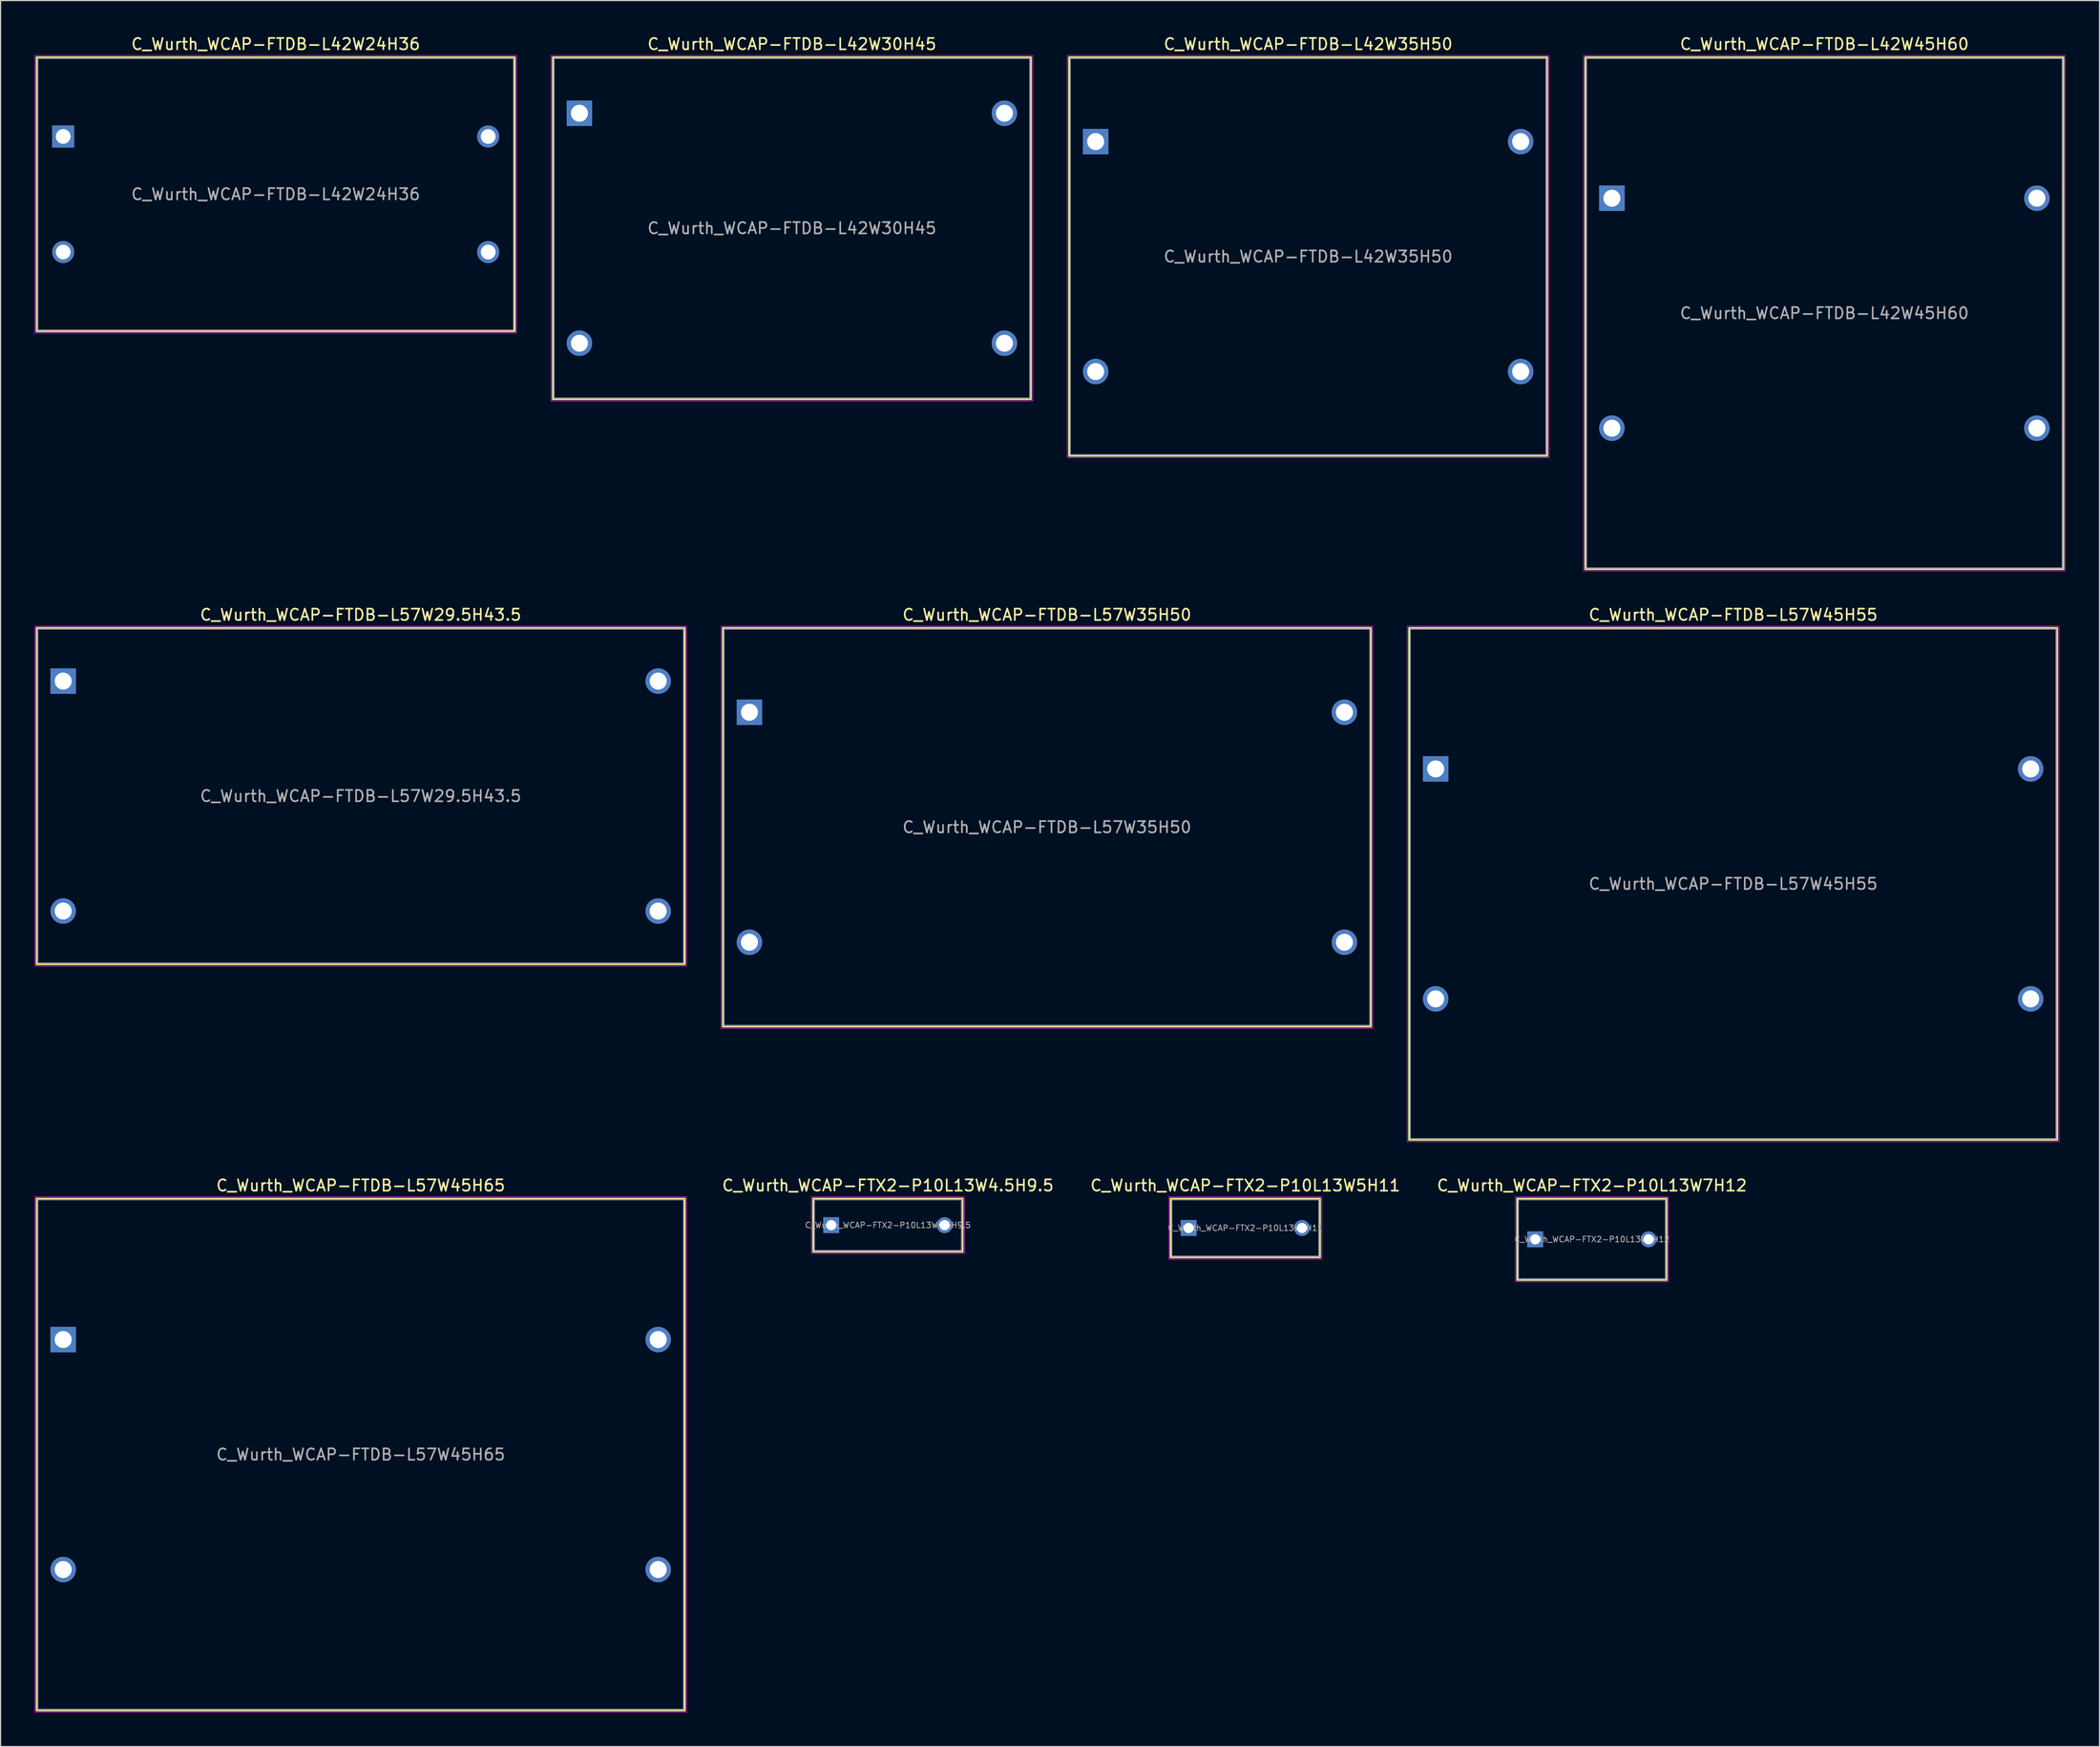
<source format=kicad_pcb>
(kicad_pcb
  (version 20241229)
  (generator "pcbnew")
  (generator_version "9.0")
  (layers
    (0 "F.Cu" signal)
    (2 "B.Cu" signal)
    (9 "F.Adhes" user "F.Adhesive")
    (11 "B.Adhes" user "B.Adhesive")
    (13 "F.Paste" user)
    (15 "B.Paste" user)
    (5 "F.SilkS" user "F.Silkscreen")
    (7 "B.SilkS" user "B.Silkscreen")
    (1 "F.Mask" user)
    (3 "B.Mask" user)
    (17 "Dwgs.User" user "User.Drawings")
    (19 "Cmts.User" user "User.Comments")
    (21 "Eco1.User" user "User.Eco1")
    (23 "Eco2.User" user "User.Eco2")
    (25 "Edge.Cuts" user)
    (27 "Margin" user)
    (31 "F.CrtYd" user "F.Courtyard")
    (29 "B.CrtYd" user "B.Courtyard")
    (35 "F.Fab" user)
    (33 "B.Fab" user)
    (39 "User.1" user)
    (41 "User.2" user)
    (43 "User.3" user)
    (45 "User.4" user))
  (footprint "C_Wurth_WCAP-FTDB-L42W24H36"
    (layer "F.Cu")
    (at 2.525 8.998)
    (property "Reference" "C_Wurth_WCAP-FTDB-L42W24H36" (at 18.75 -8.15 0) (unlocked yes) (layer "F.SilkS") (effects (font (size 1 1) (thickness 0.15))))
    (attr through_hole)
    (fp_rect (start -2.36 -7.01) (end 39.86 17.21) (stroke (width 0.12) (type solid)) (fill no) (layer "F.SilkS"))
    (fp_rect (start -2.5 -7.15) (end 40 17.35) (stroke (width 0.05) (type solid)) (fill no) (layer "F.CrtYd"))
    (fp_rect (start -2.25 -6.9) (end 39.75 17.1) (stroke (width 0.1) (type solid)) (fill no) (layer "F.Fab"))
    (fp_text user "${REFERENCE}" (at 18.75 5.1 0) (unlocked yes) (layer "F.Fab") (effects (font (size 1 1) (thickness 0.15))))
    (pad "1" thru_hole rect (at 0 0) (size 1.95 1.95) (drill 1.3) (layers "*.Cu" "*.Mask"))
    (pad "1" thru_hole circle (at 0 10.2) (size 1.95 1.95) (drill 1.3) (layers "*.Cu" "*.Mask"))
    (pad "2" thru_hole circle (at 37.5 0) (size 1.95 1.95) (drill 1.3) (layers "*.Cu" "*.Mask"))
    (pad "2" thru_hole circle (at 37.5 10.2) (size 1.95 1.95) (drill 1.3) (layers "*.Cu" "*.Mask")))
  (footprint "C_Wurth_WCAP-FTDB-L42W35H50"
    (layer "F.Cu")
    (at 93.625 9.448)
    (property "Reference" "C_Wurth_WCAP-FTDB-L42W35H50" (at 18.75 -8.6 0) (unlocked yes) (layer "F.SilkS") (effects (font (size 1 1) (thickness 0.15))))
    (attr through_hole)
    (fp_rect (start -2.36 -7.46) (end 39.86 27.76) (stroke (width 0.12) (type solid)) (fill no) (layer "F.SilkS"))
    (fp_rect (start -2.5 -7.6) (end 40 27.9) (stroke (width 0.05) (type solid)) (fill no) (layer "F.CrtYd"))
    (fp_rect (start -2.25 -7.35) (end 39.75 27.65) (stroke (width 0.1) (type solid)) (fill no) (layer "F.Fab"))
    (fp_text user "${REFERENCE}" (at 18.75 10.15 0) (unlocked yes) (layer "F.Fab") (effects (font (size 1 1) (thickness 0.15))))
    (pad "1" thru_hole rect (at 0 0) (size 2.25 2.25) (drill 1.5) (layers "*.Cu" "*.Mask"))
    (pad "2" thru_hole circle (at 37.5 0) (size 2.25 2.25) (drill 1.5) (layers "*.Cu" "*.Mask"))
    (pad "3" thru_hole circle (at 0 20.3) (size 2.25 2.25) (drill 1.5) (layers "*.Cu" "*.Mask"))
    (pad "4" thru_hole circle (at 37.5 20.3) (size 2.25 2.25) (drill 1.5) (layers "*.Cu" "*.Mask")))
  (footprint "C_Wurth_WCAP-FTDB-L57W29.5H43.5"
    (layer "F.Cu")
    (at 2.525 57.072)
    (property "Reference" "C_Wurth_WCAP-FTDB-L57W29.5H43.5" (at 26.25 -5.85 0) (unlocked yes) (layer "F.SilkS") (effects (font (size 1 1) (thickness 0.15))))
    (attr through_hole)
    (fp_rect (start -2.36 -4.71) (end 54.86 25.01) (stroke (width 0.12) (type solid)) (fill no) (layer "F.SilkS"))
    (fp_rect (start -2.5 -4.85) (end 55 25.15) (stroke (width 0.05) (type solid)) (fill no) (layer "F.CrtYd"))
    (fp_rect (start -2.25 -4.6) (end 54.75 24.9) (stroke (width 0.1) (type solid)) (fill no) (layer "F.Fab"))
    (fp_text user "${REFERENCE}" (at 26.25 10.15 0) (unlocked yes) (layer "F.Fab") (effects (font (size 1 1) (thickness 0.15))))
    (pad "1" thru_hole rect (at 0 0) (size 2.25 2.25) (drill 1.5) (layers "*.Cu" "*.Mask"))
    (pad "1" thru_hole circle (at 0 20.3) (size 2.25 2.25) (drill 1.5) (layers "*.Cu" "*.Mask"))
    (pad "2" thru_hole circle (at 52.5 0) (size 2.25 2.25) (drill 1.5) (layers "*.Cu" "*.Mask"))
    (pad "2" thru_hole circle (at 52.5 20.3) (size 2.25 2.25) (drill 1.5) (layers "*.Cu" "*.Mask")))
  (footprint "C_Wurth_WCAP-FTDB-L42W30H45"
    (layer "F.Cu")
    (at 48.075 6.948)
    (property "Reference" "C_Wurth_WCAP-FTDB-L42W30H45" (at 18.75 -6.1 0) (unlocked yes) (layer "F.SilkS") (effects (font (size 1 1) (thickness 0.15))))
    (attr through_hole)
    (fp_rect (start -2.36 -4.96) (end 39.86 25.26) (stroke (width 0.12) (type solid)) (fill no) (layer "F.SilkS"))
    (fp_rect (start -2.5 -5.1) (end 40 25.4) (stroke (width 0.05) (type solid)) (fill no) (layer "F.CrtYd"))
    (fp_rect (start -2.25 -4.85) (end 39.75 25.15) (stroke (width 0.1) (type solid)) (fill no) (layer "F.Fab"))
    (fp_text user "${REFERENCE}" (at 18.75 10.15 0) (unlocked yes) (layer "F.Fab") (effects (font (size 1 1) (thickness 0.15))))
    (pad "1" thru_hole rect (at 0 0) (size 2.25 2.25) (drill 1.5) (layers "*.Cu" "*.Mask"))
    (pad "1" thru_hole circle (at 0 20.3) (size 2.25 2.25) (drill 1.5) (layers "*.Cu" "*.Mask"))
    (pad "2" thru_hole circle (at 37.5 0) (size 2.25 2.25) (drill 1.5) (layers "*.Cu" "*.Mask"))
    (pad "2" thru_hole circle (at 37.5 20.3) (size 2.25 2.25) (drill 1.5) (layers "*.Cu" "*.Mask")))
  (footprint "C_Wurth_WCAP-FTX2-P10L13W7H12"
    (layer "F.Cu")
    (at 132.413 106.345)
    (property "Reference" "C_Wurth_WCAP-FTX2-P10L13W7H12" (at 5 -4.75 0) (unlocked yes) (layer "F.SilkS") (effects (font (size 1 1) (thickness 0.15))))
    (attr through_hole)
    (fp_rect (start -1.61 -3.61) (end 11.61 3.61) (stroke (width 0.12) (type solid)) (fill no) (layer "F.SilkS"))
    (fp_rect (start -1.75 -3.75) (end 11.75 3.75) (stroke (width 0.05) (type solid)) (fill no) (layer "F.CrtYd"))
    (fp_rect (start -1.5 -3.5) (end 11.5 3.5) (stroke (width 0.1) (type solid)) (fill no) (layer "F.Fab"))
    (fp_text user "${REFERENCE}" (at 5 0 0) (unlocked yes) (layer "F.Fab") (effects (font (size 0.5 0.5) (thickness 0.075))))
    (pad "1" thru_hole rect (at 0 0) (size 1.4 1.4) (drill 0.9) (layers "*.Cu" "*.Mask"))
    (pad "2" thru_hole circle (at 10 0) (size 1.4 1.4) (drill 0.9) (layers "*.Cu" "*.Mask")))
  (footprint "C_Wurth_WCAP-FTX2-P10L13W5H11"
    (layer "F.Cu")
    (at 101.83 105.345)
    (property "Reference" "C_Wurth_WCAP-FTX2-P10L13W5H11" (at 5 -3.75 0) (unlocked yes) (layer "F.SilkS") (effects (font (size 1 1) (thickness 0.15))))
    (attr through_hole)
    (fp_rect (start -1.61 -2.61) (end 11.61 2.61) (stroke (width 0.12) (type solid)) (fill no) (layer "F.SilkS"))
    (fp_rect (start -1.75 -2.75) (end 11.75 2.75) (stroke (width 0.05) (type solid)) (fill no) (layer "F.CrtYd"))
    (fp_rect (start -1.5 -2.5) (end 11.5 2.5) (stroke (width 0.1) (type solid)) (fill no) (layer "F.Fab"))
    (fp_text user "${REFERENCE}" (at 5 0 0) (unlocked yes) (layer "F.Fab") (effects (font (size 0.5 0.5) (thickness 0.075))))
    (pad "1" thru_hole rect (at 0 0) (size 1.4 1.4) (drill 0.9) (layers "*.Cu" "*.Mask"))
    (pad "2" thru_hole circle (at 10 0) (size 1.4 1.4) (drill 0.9) (layers "*.Cu" "*.Mask")))
  (footprint "C_Wurth_WCAP-FTDB-L57W45H65"
    (layer "F.Cu")
    (at 2.525 115.195)
    (property "Reference" "C_Wurth_WCAP-FTDB-L57W45H65" (at 26.25 -13.6 0) (unlocked yes) (layer "F.SilkS") (effects (font (size 1 1) (thickness 0.15))))
    (attr through_hole)
    (fp_rect (start -2.36 -12.46) (end 54.86 32.76) (stroke (width 0.12) (type solid)) (fill no) (layer "F.SilkS"))
    (fp_rect (start -2.5 -12.6) (end 55 32.9) (stroke (width 0.05) (type solid)) (fill no) (layer "F.CrtYd"))
    (fp_rect (start -2.25 -12.35) (end 54.75 32.65) (stroke (width 0.1) (type solid)) (fill no) (layer "F.Fab"))
    (fp_text user "${REFERENCE}" (at 26.25 10.15 0) (unlocked yes) (layer "F.Fab") (effects (font (size 1 1) (thickness 0.15))))
    (pad "1" thru_hole rect (at 0 0) (size 2.25 2.25) (drill 1.5) (layers "*.Cu" "*.Mask"))
    (pad "1" thru_hole circle (at 0 20.3) (size 2.25 2.25) (drill 1.5) (layers "*.Cu" "*.Mask"))
    (pad "2" thru_hole circle (at 52.5 0) (size 2.25 2.25) (drill 1.5) (layers "*.Cu" "*.Mask"))
    (pad "2" thru_hole circle (at 52.5 20.3) (size 2.25 2.25) (drill 1.5) (layers "*.Cu" "*.Mask")))
  (footprint "C_Wurth_WCAP-FTDB-L42W45H60"
    (layer "F.Cu")
    (at 139.175 14.448)
    (property "Reference" "C_Wurth_WCAP-FTDB-L42W45H60" (at 18.75 -13.6 0) (unlocked yes) (layer "F.SilkS") (effects (font (size 1 1) (thickness 0.15))))
    (attr through_hole)
    (fp_rect (start -2.36 -12.46) (end 39.86 32.76) (stroke (width 0.12) (type solid)) (fill no) (layer "F.SilkS"))
    (fp_rect (start -2.5 -12.6) (end 40 32.9) (stroke (width 0.05) (type solid)) (fill no) (layer "F.CrtYd"))
    (fp_rect (start -2.25 -12.35) (end 39.75 32.65) (stroke (width 0.1) (type solid)) (fill no) (layer "F.Fab"))
    (fp_text user "${REFERENCE}" (at 18.75 10.15 0) (unlocked yes) (layer "F.Fab") (effects (font (size 1 1) (thickness 0.15))))
    (pad "1" thru_hole rect (at 0 0) (size 2.25 2.25) (drill 1.5) (layers "*.Cu" "*.Mask"))
    (pad "2" thru_hole circle (at 37.5 0) (size 2.25 2.25) (drill 1.5) (layers "*.Cu" "*.Mask"))
    (pad "3" thru_hole circle (at 0 20.3) (size 2.25 2.25) (drill 1.5) (layers "*.Cu" "*.Mask"))
    (pad "4" thru_hole circle (at 37.5 20.3) (size 2.25 2.25) (drill 1.5) (layers "*.Cu" "*.Mask")))
  (footprint "C_Wurth_WCAP-FTX2-P10L13W4.5H9.5"
    (layer "F.Cu")
    (at 70.294 105.095)
    (property "Reference" "C_Wurth_WCAP-FTX2-P10L13W4.5H9.5" (at 5 -3.5 0) (unlocked yes) (layer "F.SilkS") (effects (font (size 1 1) (thickness 0.15))))
    (attr through_hole)
    (fp_rect (start -1.61 -2.36) (end 11.61 2.36) (stroke (width 0.12) (type solid)) (fill no) (layer "F.SilkS"))
    (fp_rect (start -1.75 -2.5) (end 11.75 2.5) (stroke (width 0.05) (type solid)) (fill no) (layer "F.CrtYd"))
    (fp_rect (start -1.5 -2.25) (end 11.5 2.25) (stroke (width 0.1) (type solid)) (fill no) (layer "F.Fab"))
    (fp_text user "${REFERENCE}" (at 5 0 0) (unlocked yes) (layer "F.Fab") (effects (font (size 0.5 0.5) (thickness 0.075))))
    (pad "1" thru_hole rect (at 0 0) (size 1.4 1.4) (drill 0.9) (layers "*.Cu" "*.Mask"))
    (pad "2" thru_hole circle (at 10 0) (size 1.4 1.4) (drill 0.9) (layers "*.Cu" "*.Mask")))
  (footprint "C_Wurth_WCAP-FTDB-L57W35H50"
    (layer "F.Cu")
    (at 63.075 59.822)
    (property "Reference" "C_Wurth_WCAP-FTDB-L57W35H50" (at 26.25 -8.6 0) (unlocked yes) (layer "F.SilkS") (effects (font (size 1 1) (thickness 0.15))))
    (attr through_hole)
    (fp_rect (start -2.36 -7.46) (end 54.86 27.76) (stroke (width 0.12) (type solid)) (fill no) (layer "F.SilkS"))
    (fp_rect (start -2.5 -7.6) (end 55 27.9) (stroke (width 0.05) (type solid)) (fill no) (layer "F.CrtYd"))
    (fp_rect (start -2.25 -7.35) (end 54.75 27.65) (stroke (width 0.1) (type solid)) (fill no) (layer "F.Fab"))
    (fp_text user "${REFERENCE}" (at 26.25 10.15 0) (unlocked yes) (layer "F.Fab") (effects (font (size 1 1) (thickness 0.15))))
    (pad "1" thru_hole rect (at 0 0) (size 2.25 2.25) (drill 1.5) (layers "*.Cu" "*.Mask"))
    (pad "1" thru_hole circle (at 0 20.3) (size 2.25 2.25) (drill 1.5) (layers "*.Cu" "*.Mask"))
    (pad "2" thru_hole circle (at 52.5 0) (size 2.25 2.25) (drill 1.5) (layers "*.Cu" "*.Mask"))
    (pad "2" thru_hole circle (at 52.5 20.3) (size 2.25 2.25) (drill 1.5) (layers "*.Cu" "*.Mask")))
  (footprint "C_Wurth_WCAP-FTDB-L57W45H55"
    (layer "F.Cu")
    (at 123.625 64.822)
    (property "Reference" "C_Wurth_WCAP-FTDB-L57W45H55" (at 26.25 -13.6 0) (unlocked yes) (layer "F.SilkS") (effects (font (size 1 1) (thickness 0.15))))
    (attr through_hole)
    (fp_rect (start -2.36 -12.46) (end 54.86 32.76) (stroke (width 0.12) (type solid)) (fill no) (layer "F.SilkS"))
    (fp_rect (start -2.5 -12.6) (end 55 32.9) (stroke (width 0.05) (type solid)) (fill no) (layer "F.CrtYd"))
    (fp_rect (start -2.25 -12.35) (end 54.75 32.65) (stroke (width 0.1) (type solid)) (fill no) (layer "F.Fab"))
    (fp_text user "${REFERENCE}" (at 26.25 10.15 0) (unlocked yes) (layer "F.Fab") (effects (font (size 1 1) (thickness 0.15))))
    (pad "1" thru_hole rect (at 0 0) (size 2.25 2.25) (drill 1.5) (layers "*.Cu" "*.Mask"))
    (pad "2" thru_hole circle (at 52.5 0) (size 2.25 2.25) (drill 1.5) (layers "*.Cu" "*.Mask"))
    (pad "3" thru_hole circle (at 0 20.3) (size 2.25 2.25) (drill 1.5) (layers "*.Cu" "*.Mask"))
    (pad "4" thru_hole circle (at 52.5 20.3) (size 2.25 2.25) (drill 1.5) (layers "*.Cu" "*.Mask")))
  (gr_rect
    (start -3 -3)
    (end 182.2 151.12)
    (stroke (width 0.1) (type default))
    (fill no)
    (layer "Edge.Cuts")))
</source>
